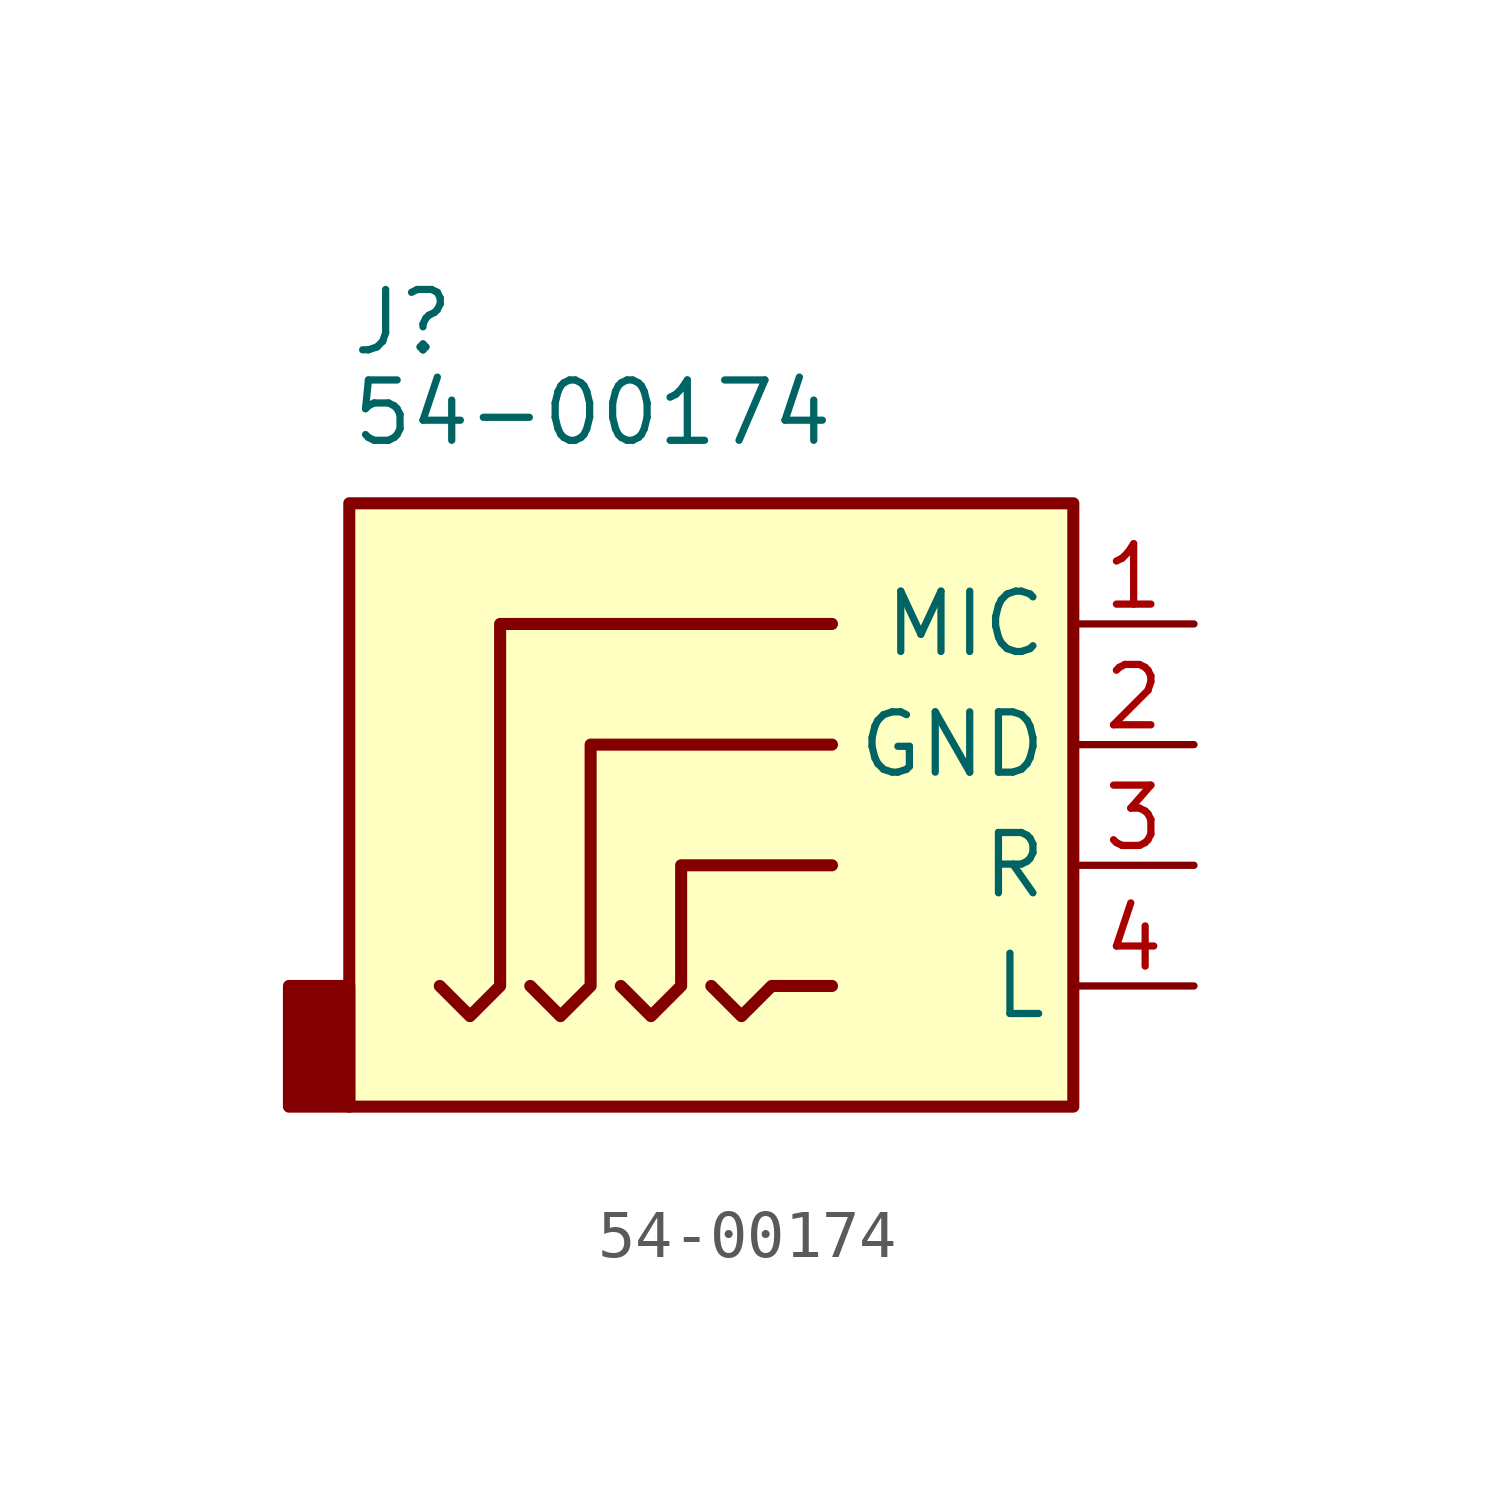
<source format=kicad_sym>
(kicad_symbol_lib
  (version 20241209)
  (generator "kicad_symbol_editor")
  (generator_version "9.0")
  (symbol "54-00174"
    (property "Reference" "J"
      (at -7.62 8.89 0)
      (effects (font (size 1.27 1.27)) (justify left)))
    (property "Value" "54-00174"
      (at -7.62 6.985 0)
      (effects (font (size 1.27 1.27)) (justify left)))
    (symbol "54-00174_0_1"
      (rectangle (start -8.89 -5.08) (end -7.62 -7.62) (stroke (width 0.254) (type default)) (fill (type outline)))
      (rectangle (start -7.62 5.08) (end 7.62 -7.62) (stroke (width 0.254) (type default)) (fill (type background)))
      (polyline (pts (xy -5.715 -5.08) (xy -5.08 -5.715) (xy -4.445 -5.08) (xy -4.445 2.54) (xy 2.54 2.54)) (stroke (width 0.254) (type default)) (fill (type none)))
      (polyline (pts (xy -1.905 -5.08) (xy -1.27 -5.715) (xy -0.635 -5.08) (xy -0.635 -2.54) (xy 2.54 -2.54)) (stroke (width 0.254) (type default)) (fill (type none)))
      (polyline (pts (xy 0 -5.08) (xy 0.635 -5.715) (xy 1.27 -5.08) (xy 2.54 -5.08)) (stroke (width 0.254) (type default)) (fill (type none)))
      (polyline (pts (xy 2.54 0) (xy -2.54 0) (xy -2.54 -5.08) (xy -3.175 -5.715) (xy -3.81 -5.08)) (stroke (width 0.254) (type default)) (fill (type none))))
    (symbol "54-00174_1_1"
      (pin passive line (at 10.16 2.54 180) (length 2.54) (name "MIC" (effects (font (size 1.27 1.27)))) (number "1" (effects (font (size 1.27 1.27)))))
      (pin passive line (at 10.16 0 180) (length 2.54) (name "GND" (effects (font (size 1.27 1.27)))) (number "2" (effects (font (size 1.27 1.27)))))
      (pin passive line (at 10.16 -2.54 180) (length 2.54) (name "R" (effects (font (size 1.27 1.27)))) (number "3" (effects (font (size 1.27 1.27)))))
      (pin passive line (at 10.16 -5.08 180) (length 2.54) (name "L" (effects (font (size 1.27 1.27)))) (number "4" (effects (font (size 1.27 1.27))))))))
</source>
